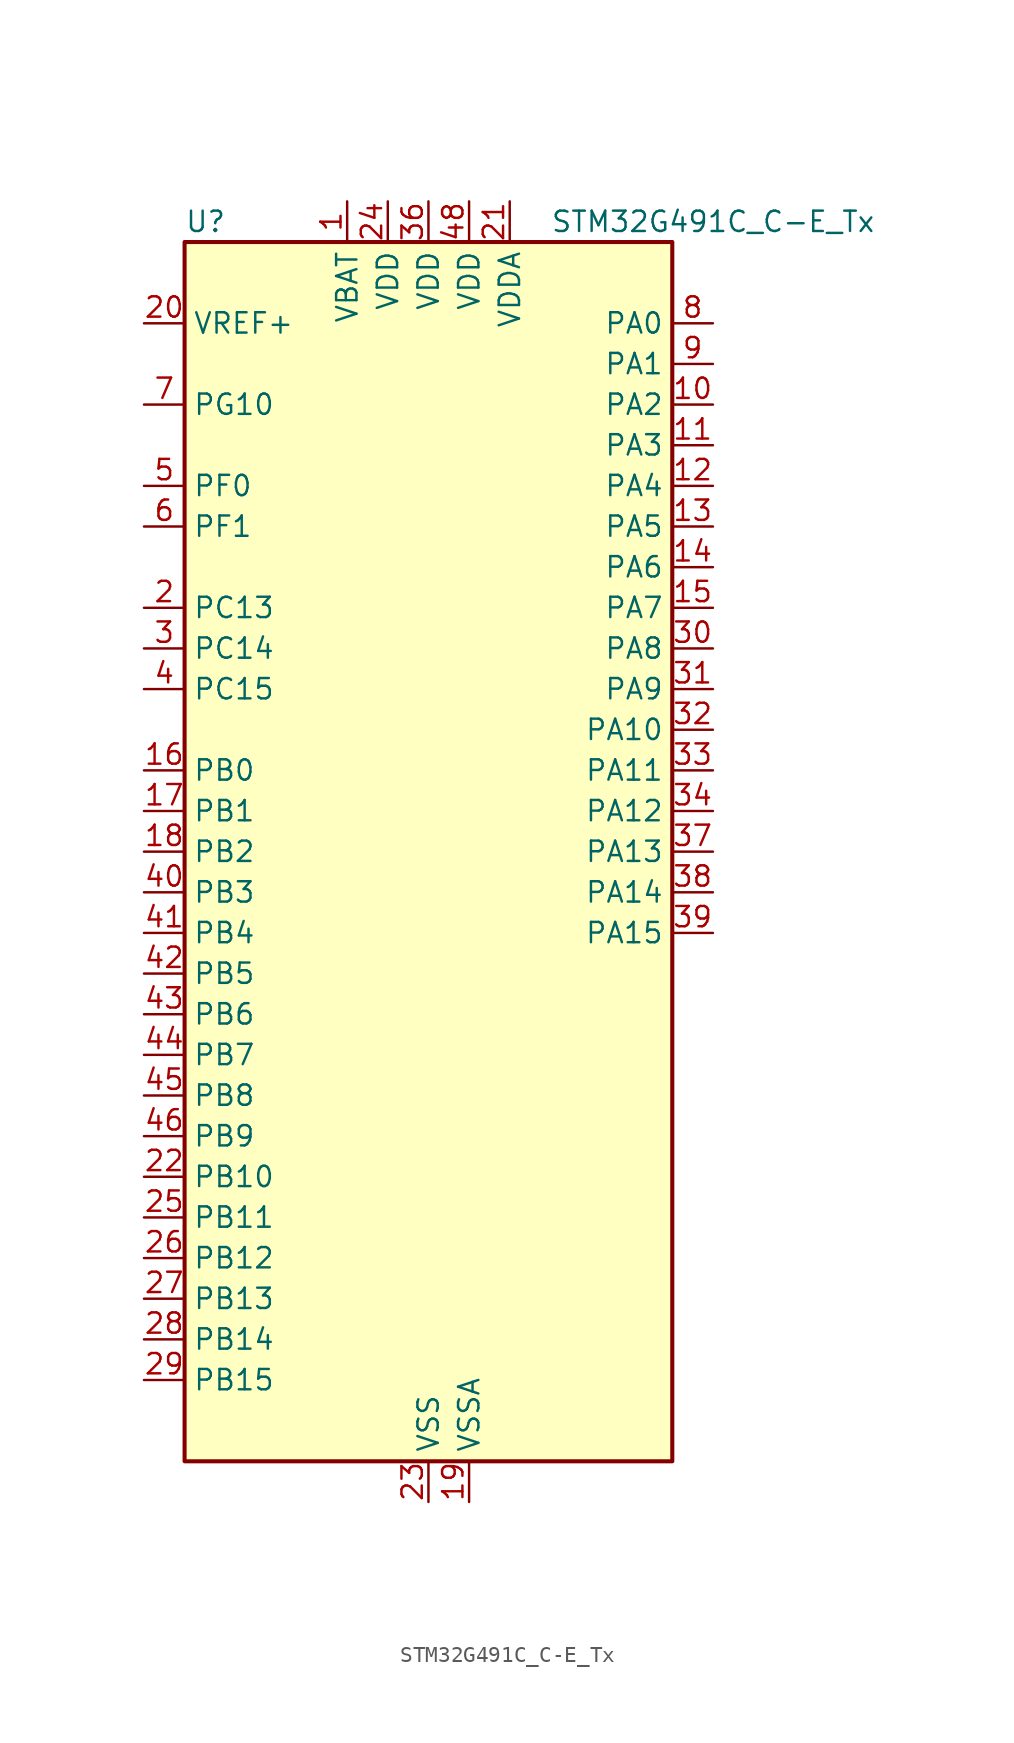
<source format=kicad_sym>
(kicad_symbol_lib
  (version 20241209)
  (generator "kicad_symbol_editor")
  (generator_version "9.0")
  (symbol "STM32G491C_C-E_Tx"
    (property "Reference" "U"
      (at -15.24 39.37 0)
      (effects (font (size 1.27 1.27)) (justify left)))
    (property "Value" "STM32G491C_C-E_Tx"
      (at 7.62 39.37 0)
      (effects (font (size 1.27 1.27)) (justify left)))
    (symbol "STM32G491C_C-E_Tx_0_1"
      (rectangle (start -15.24 -38.1) (end 15.24 38.1) (stroke (width 0.254) (type default)) (fill (type background))))
    (symbol "STM32G491C_C-E_Tx_1_1"
      (pin input line (at -17.78 33.02 0) (length 2.54) (name "VREF+" (effects (font (size 1.27 1.27)))) (number "20" (effects (font (size 1.27 1.27)))) (alternate "VREFBUF_OUT" bidirectional line))
      (pin bidirectional line (at -17.78 27.94 0) (length 2.54) (name "PG10" (effects (font (size 1.27 1.27)))) (number "7" (effects (font (size 1.27 1.27)))) (alternate "DAC1_EXTI10" bidirectional line) (alternate "DAC3_EXTI10" bidirectional line) (alternate "RCC_MCO" bidirectional line))
      (pin bidirectional line (at -17.78 22.86 0) (length 2.54) (name "PF0" (effects (font (size 1.27 1.27)))) (number "5" (effects (font (size 1.27 1.27)))) (alternate "ADC1_IN10" bidirectional line) (alternate "I2C2_SDA" bidirectional line) (alternate "I2S2_WS" bidirectional line) (alternate "RCC_OSC_IN" bidirectional line) (alternate "SPI2_NSS" bidirectional line) (alternate "TIM1_CH3N" bidirectional line))
      (pin bidirectional line (at -17.78 20.32 0) (length 2.54) (name "PF1" (effects (font (size 1.27 1.27)))) (number "6" (effects (font (size 1.27 1.27)))) (alternate "ADC2_IN10" bidirectional line) (alternate "COMP3_INM" bidirectional line) (alternate "I2S2_CK" bidirectional line) (alternate "RCC_OSC_OUT" bidirectional line) (alternate "SPI2_SCK" bidirectional line))
      (pin bidirectional line (at -17.78 15.24 0) (length 2.54) (name "PC13" (effects (font (size 1.27 1.27)))) (number "2" (effects (font (size 1.27 1.27)))) (alternate "RTC_OUT1" bidirectional line) (alternate "RTC_TAMP1" bidirectional line) (alternate "RTC_TS" bidirectional line) (alternate "SYS_WKUP2" bidirectional line) (alternate "TIM1_BKIN" bidirectional line) (alternate "TIM1_CH1N" bidirectional line) (alternate "TIM8_CH4N" bidirectional line))
      (pin bidirectional line (at -17.78 12.7 0) (length 2.54) (name "PC14" (effects (font (size 1.27 1.27)))) (number "3" (effects (font (size 1.27 1.27)))) (alternate "RCC_OSC32_IN" bidirectional line))
      (pin bidirectional line (at -17.78 10.16 0) (length 2.54) (name "PC15" (effects (font (size 1.27 1.27)))) (number "4" (effects (font (size 1.27 1.27)))) (alternate "ADC1_EXTI15" bidirectional line) (alternate "ADC2_EXTI15" bidirectional line) (alternate "RCC_OSC32_OUT" bidirectional line))
      (pin bidirectional line (at -17.78 5.08 0) (length 2.54) (name "PB0" (effects (font (size 1.27 1.27)))) (number "16" (effects (font (size 1.27 1.27)))) (alternate "ADC1_IN15" bidirectional line) (alternate "ADC3_IN12" bidirectional line) (alternate "COMP4_INP" bidirectional line) (alternate "OPAMP2_VINP" bidirectional line) (alternate "OPAMP2_VINP_SEC" bidirectional line) (alternate "OPAMP3_VINP" bidirectional line) (alternate "OPAMP3_VINP_SEC" bidirectional line) (alternate "QUADSPI1_BK1_IO1" bidirectional line) (alternate "TIM1_CH2N" bidirectional line) (alternate "TIM3_CH3" bidirectional line) (alternate "TIM8_CH2N" bidirectional line) (alternate "UCPD1_FRSTX1" bidirectional line) (alternate "UCPD1_FRSTX2" bidirectional line))
      (pin bidirectional line (at -17.78 2.54 0) (length 2.54) (name "PB1" (effects (font (size 1.27 1.27)))) (number "17" (effects (font (size 1.27 1.27)))) (alternate "ADC1_IN12" bidirectional line) (alternate "ADC3_IN1" bidirectional line) (alternate "COMP1_INP" bidirectional line) (alternate "COMP4_OUT" bidirectional line) (alternate "LPUART1_DE" bidirectional line) (alternate "LPUART1_RTS" bidirectional line) (alternate "OPAMP3_VOUT" bidirectional line) (alternate "OPAMP6_VINM" bidirectional line) (alternate "OPAMP6_VINM1" bidirectional line) (alternate "OPAMP6_VINM_SEC" bidirectional line) (alternate "QUADSPI1_BK1_IO0" bidirectional line) (alternate "TIM1_CH3N" bidirectional line) (alternate "TIM3_CH4" bidirectional line) (alternate "TIM8_CH3N" bidirectional line))
      (pin bidirectional line (at -17.78 0 0) (length 2.54) (name "PB2" (effects (font (size 1.27 1.27)))) (number "18" (effects (font (size 1.27 1.27)))) (alternate "ADC2_IN12" bidirectional line) (alternate "ADC3_EXTI2" bidirectional line) (alternate "COMP4_INM" bidirectional line) (alternate "I2C3_SMBA" bidirectional line) (alternate "LPTIM1_OUT" bidirectional line) (alternate "OPAMP3_VINM" bidirectional line) (alternate "OPAMP3_VINM0" bidirectional line) (alternate "OPAMP3_VINM_SEC" bidirectional line) (alternate "QUADSPI1_BK2_IO1" bidirectional line) (alternate "RTC_OUT2" bidirectional line) (alternate "TIM20_CH1" bidirectional line))
      (pin bidirectional line (at -17.78 -2.54 0) (length 2.54) (name "PB3" (effects (font (size 1.27 1.27)))) (number "40" (effects (font (size 1.27 1.27)))) (alternate "ADC3_EXTI3" bidirectional line) (alternate "CRS_SYNC" bidirectional line) (alternate "I2S3_CK" bidirectional line) (alternate "SAI1_SCK_B" bidirectional line) (alternate "SPI1_SCK" bidirectional line) (alternate "SPI3_SCK" bidirectional line) (alternate "SYS_JTDO-SWO" bidirectional line) (alternate "TIM2_CH2" bidirectional line) (alternate "TIM3_ETR" bidirectional line) (alternate "TIM4_ETR" bidirectional line) (alternate "TIM8_CH1N" bidirectional line) (alternate "USART2_TX" bidirectional line))
      (pin bidirectional line (at -17.78 -5.08 0) (length 2.54) (name "PB4" (effects (font (size 1.27 1.27)))) (number "41" (effects (font (size 1.27 1.27)))) (alternate "SAI1_MCLK_B" bidirectional line) (alternate "SPI1_MISO" bidirectional line) (alternate "SPI3_MISO" bidirectional line) (alternate "SYS_JTRST" bidirectional line) (alternate "TIM16_CH1" bidirectional line) (alternate "TIM17_BKIN" bidirectional line) (alternate "TIM3_CH1" bidirectional line) (alternate "TIM8_CH2N" bidirectional line) (alternate "UCPD1_CC2" bidirectional line) (alternate "USART2_RX" bidirectional line))
      (pin bidirectional line (at -17.78 -7.62 0) (length 2.54) (name "PB5" (effects (font (size 1.27 1.27)))) (number "42" (effects (font (size 1.27 1.27)))) (alternate "FDCAN2_RX" bidirectional line) (alternate "I2C1_SMBA" bidirectional line) (alternate "I2C3_SDA" bidirectional line) (alternate "I2S3_SD" bidirectional line) (alternate "LPTIM1_IN1" bidirectional line) (alternate "SAI1_SD_B" bidirectional line) (alternate "SPI1_MOSI" bidirectional line) (alternate "SPI3_MOSI" bidirectional line) (alternate "TIM16_BKIN" bidirectional line) (alternate "TIM17_CH1" bidirectional line) (alternate "TIM3_CH2" bidirectional line) (alternate "TIM8_CH3N" bidirectional line) (alternate "USART2_CK" bidirectional line))
      (pin bidirectional line (at -17.78 -10.16 0) (length 2.54) (name "PB6" (effects (font (size 1.27 1.27)))) (number "43" (effects (font (size 1.27 1.27)))) (alternate "COMP4_OUT" bidirectional line) (alternate "FDCAN2_TX" bidirectional line) (alternate "LPTIM1_ETR" bidirectional line) (alternate "SAI1_FS_B" bidirectional line) (alternate "TIM16_CH1N" bidirectional line) (alternate "TIM4_CH1" bidirectional line) (alternate "TIM8_BKIN2" bidirectional line) (alternate "TIM8_CH1" bidirectional line) (alternate "TIM8_ETR" bidirectional line) (alternate "UCPD1_CC1" bidirectional line) (alternate "USART1_TX" bidirectional line))
      (pin bidirectional line (at -17.78 -12.7 0) (length 2.54) (name "PB7" (effects (font (size 1.27 1.27)))) (number "44" (effects (font (size 1.27 1.27)))) (alternate "COMP3_OUT" bidirectional line) (alternate "I2C1_SDA" bidirectional line) (alternate "LPTIM1_IN2" bidirectional line) (alternate "SYS_PVD_IN" bidirectional line) (alternate "TIM17_CH1N" bidirectional line) (alternate "TIM3_CH4" bidirectional line) (alternate "TIM4_CH2" bidirectional line) (alternate "TIM8_BKIN" bidirectional line) (alternate "USART1_RX" bidirectional line))
      (pin bidirectional line (at -17.78 -15.24 0) (length 2.54) (name "PB8" (effects (font (size 1.27 1.27)))) (number "45" (effects (font (size 1.27 1.27)))) (alternate "COMP1_OUT" bidirectional line) (alternate "FDCAN1_RX" bidirectional line) (alternate "I2C1_SCL" bidirectional line) (alternate "SAI1_CK1" bidirectional line) (alternate "SAI1_MCLK_A" bidirectional line) (alternate "TIM16_CH1" bidirectional line) (alternate "TIM1_BKIN" bidirectional line) (alternate "TIM4_CH3" bidirectional line) (alternate "TIM8_CH2" bidirectional line) (alternate "USART3_RX" bidirectional line))
      (pin bidirectional line (at -17.78 -17.78 0) (length 2.54) (name "PB9" (effects (font (size 1.27 1.27)))) (number "46" (effects (font (size 1.27 1.27)))) (alternate "COMP2_OUT" bidirectional line) (alternate "DAC1_EXTI9" bidirectional line) (alternate "DAC3_EXTI9" bidirectional line) (alternate "FDCAN1_TX" bidirectional line) (alternate "I2C1_SDA" bidirectional line) (alternate "IR_OUT" bidirectional line) (alternate "SAI1_D2" bidirectional line) (alternate "SAI1_FS_A" bidirectional line) (alternate "TIM17_CH1" bidirectional line) (alternate "TIM1_CH3N" bidirectional line) (alternate "TIM4_CH4" bidirectional line) (alternate "TIM8_CH3" bidirectional line) (alternate "USART3_TX" bidirectional line))
      (pin bidirectional line (at -17.78 -20.32 0) (length 2.54) (name "PB10" (effects (font (size 1.27 1.27)))) (number "22" (effects (font (size 1.27 1.27)))) (alternate "DAC1_EXTI10" bidirectional line) (alternate "DAC3_EXTI10" bidirectional line) (alternate "LPUART1_RX" bidirectional line) (alternate "OPAMP3_VINM" bidirectional line) (alternate "OPAMP3_VINM1" bidirectional line) (alternate "OPAMP3_VINM_SEC" bidirectional line) (alternate "QUADSPI1_CLK" bidirectional line) (alternate "SAI1_SCK_A" bidirectional line) (alternate "TIM1_BKIN" bidirectional line) (alternate "TIM2_CH3" bidirectional line) (alternate "USART3_TX" bidirectional line))
      (pin bidirectional line (at -17.78 -22.86 0) (length 2.54) (name "PB11" (effects (font (size 1.27 1.27)))) (number "25" (effects (font (size 1.27 1.27)))) (alternate "ADC1_EXTI11" bidirectional line) (alternate "ADC1_IN14" bidirectional line) (alternate "ADC2_EXTI11" bidirectional line) (alternate "ADC2_IN14" bidirectional line) (alternate "LPUART1_TX" bidirectional line) (alternate "OPAMP6_VOUT" bidirectional line) (alternate "QUADSPI1_BK1_NCS" bidirectional line) (alternate "TIM2_CH4" bidirectional line) (alternate "USART3_RX" bidirectional line))
      (pin bidirectional line (at -17.78 -25.4 0) (length 2.54) (name "PB12" (effects (font (size 1.27 1.27)))) (number "26" (effects (font (size 1.27 1.27)))) (alternate "ADC1_IN11" bidirectional line) (alternate "FDCAN2_RX" bidirectional line) (alternate "I2C2_SMBA" bidirectional line) (alternate "I2S2_WS" bidirectional line) (alternate "LPUART1_DE" bidirectional line) (alternate "LPUART1_RTS" bidirectional line) (alternate "OPAMP6_VINP" bidirectional line) (alternate "OPAMP6_VINP_SEC" bidirectional line) (alternate "SPI2_NSS" bidirectional line) (alternate "TIM1_BKIN" bidirectional line) (alternate "USART3_CK" bidirectional line))
      (pin bidirectional line (at -17.78 -27.94 0) (length 2.54) (name "PB13" (effects (font (size 1.27 1.27)))) (number "27" (effects (font (size 1.27 1.27)))) (alternate "ADC3_IN5" bidirectional line) (alternate "FDCAN2_TX" bidirectional line) (alternate "I2S2_CK" bidirectional line) (alternate "LPUART1_CTS" bidirectional line) (alternate "OPAMP3_VINP" bidirectional line) (alternate "OPAMP3_VINP_SEC" bidirectional line) (alternate "OPAMP6_VINP" bidirectional line) (alternate "OPAMP6_VINP_SEC" bidirectional line) (alternate "SPI2_SCK" bidirectional line) (alternate "TIM1_CH1N" bidirectional line) (alternate "USART3_CTS" bidirectional line) (alternate "USART3_NSS" bidirectional line))
      (pin bidirectional line (at -17.78 -30.48 0) (length 2.54) (name "PB14" (effects (font (size 1.27 1.27)))) (number "28" (effects (font (size 1.27 1.27)))) (alternate "ADC1_IN5" bidirectional line) (alternate "COMP4_OUT" bidirectional line) (alternate "OPAMP2_VINP" bidirectional line) (alternate "OPAMP2_VINP_SEC" bidirectional line) (alternate "SPI2_MISO" bidirectional line) (alternate "TIM15_CH1" bidirectional line) (alternate "TIM1_CH2N" bidirectional line) (alternate "USART3_DE" bidirectional line) (alternate "USART3_RTS" bidirectional line))
      (pin bidirectional line (at -17.78 -33.02 0) (length 2.54) (name "PB15" (effects (font (size 1.27 1.27)))) (number "29" (effects (font (size 1.27 1.27)))) (alternate "ADC1_EXTI15" bidirectional line) (alternate "ADC2_EXTI15" bidirectional line) (alternate "ADC2_IN15" bidirectional line) (alternate "COMP3_OUT" bidirectional line) (alternate "I2S2_SD" bidirectional line) (alternate "RTC_REFIN" bidirectional line) (alternate "SPI2_MOSI" bidirectional line) (alternate "TIM15_CH1N" bidirectional line) (alternate "TIM15_CH2" bidirectional line) (alternate "TIM1_CH3N" bidirectional line))
      (pin power_in line (at -5.08 40.64 270) (length 2.54) (name "VBAT" (effects (font (size 1.27 1.27)))) (number "1" (effects (font (size 1.27 1.27)))))
      (pin power_in line (at -2.54 40.64 270) (length 2.54) (name "VDD" (effects (font (size 1.27 1.27)))) (number "24" (effects (font (size 1.27 1.27)))))
      (pin power_in line (at 0 40.64 270) (length 2.54) (name "VDD" (effects (font (size 1.27 1.27)))) (number "36" (effects (font (size 1.27 1.27)))))
      (pin power_in line (at 0 -40.64 90) (length 2.54) (name "VSS" (effects (font (size 1.27 1.27)))) (number "23" (effects (font (size 1.27 1.27)))))
      (pin passive line (at 0 -40.64 90) (length 2.54) (hide yes) (name "VSS" (effects (font (size 1.27 1.27)))) (number "35" (effects (font (size 1.27 1.27)))))
      (pin passive line (at 0 -40.64 90) (length 2.54) (hide yes) (name "VSS" (effects (font (size 1.27 1.27)))) (number "47" (effects (font (size 1.27 1.27)))))
      (pin power_in line (at 2.54 40.64 270) (length 2.54) (name "VDD" (effects (font (size 1.27 1.27)))) (number "48" (effects (font (size 1.27 1.27)))))
      (pin power_in line (at 2.54 -40.64 90) (length 2.54) (name "VSSA" (effects (font (size 1.27 1.27)))) (number "19" (effects (font (size 1.27 1.27)))))
      (pin power_in line (at 5.08 40.64 270) (length 2.54) (name "VDDA" (effects (font (size 1.27 1.27)))) (number "21" (effects (font (size 1.27 1.27)))))
      (pin bidirectional line (at 17.78 33.02 180) (length 2.54) (name "PA0" (effects (font (size 1.27 1.27)))) (number "8" (effects (font (size 1.27 1.27)))) (alternate "ADC1_IN1" bidirectional line) (alternate "ADC2_IN1" bidirectional line) (alternate "COMP1_INM" bidirectional line) (alternate "COMP1_OUT" bidirectional line) (alternate "COMP3_INP" bidirectional line) (alternate "RTC_TAMP2" bidirectional line) (alternate "SYS_WKUP1" bidirectional line) (alternate "TIM2_CH1" bidirectional line) (alternate "TIM2_ETR" bidirectional line) (alternate "TIM8_BKIN" bidirectional line) (alternate "TIM8_ETR" bidirectional line) (alternate "USART2_CTS" bidirectional line) (alternate "USART2_NSS" bidirectional line))
      (pin bidirectional line (at 17.78 30.48 180) (length 2.54) (name "PA1" (effects (font (size 1.27 1.27)))) (number "9" (effects (font (size 1.27 1.27)))) (alternate "ADC1_IN2" bidirectional line) (alternate "ADC2_IN2" bidirectional line) (alternate "COMP1_INP" bidirectional line) (alternate "OPAMP1_VINP" bidirectional line) (alternate "OPAMP1_VINP_SEC" bidirectional line) (alternate "OPAMP3_VINP" bidirectional line) (alternate "OPAMP3_VINP_SEC" bidirectional line) (alternate "OPAMP6_VINM" bidirectional line) (alternate "OPAMP6_VINM0" bidirectional line) (alternate "OPAMP6_VINM_SEC" bidirectional line) (alternate "RTC_REFIN" bidirectional line) (alternate "TIM15_CH1N" bidirectional line) (alternate "TIM2_CH2" bidirectional line) (alternate "USART2_DE" bidirectional line) (alternate "USART2_RTS" bidirectional line))
      (pin bidirectional line (at 17.78 27.94 180) (length 2.54) (name "PA2" (effects (font (size 1.27 1.27)))) (number "10" (effects (font (size 1.27 1.27)))) (alternate "ADC1_IN3" bidirectional line) (alternate "ADC3_EXTI2" bidirectional line) (alternate "COMP2_INM" bidirectional line) (alternate "COMP2_OUT" bidirectional line) (alternate "LPUART1_TX" bidirectional line) (alternate "OPAMP1_VOUT" bidirectional line) (alternate "QUADSPI1_BK1_NCS" bidirectional line) (alternate "RCC_LSCO" bidirectional line) (alternate "SYS_WKUP4" bidirectional line) (alternate "TIM15_CH1" bidirectional line) (alternate "TIM2_CH3" bidirectional line) (alternate "UCPD1_FRSTX1" bidirectional line) (alternate "UCPD1_FRSTX2" bidirectional line) (alternate "USART2_TX" bidirectional line))
      (pin bidirectional line (at 17.78 25.4 180) (length 2.54) (name "PA3" (effects (font (size 1.27 1.27)))) (number "11" (effects (font (size 1.27 1.27)))) (alternate "ADC1_IN4" bidirectional line) (alternate "ADC3_EXTI3" bidirectional line) (alternate "COMP2_INP" bidirectional line) (alternate "LPUART1_RX" bidirectional line) (alternate "OPAMP1_VINM" bidirectional line) (alternate "OPAMP1_VINM0" bidirectional line) (alternate "OPAMP1_VINM_SEC" bidirectional line) (alternate "OPAMP1_VINP" bidirectional line) (alternate "OPAMP1_VINP_SEC" bidirectional line) (alternate "QUADSPI1_CLK" bidirectional line) (alternate "SAI1_CK1" bidirectional line) (alternate "SAI1_MCLK_A" bidirectional line) (alternate "TIM15_CH2" bidirectional line) (alternate "TIM2_CH4" bidirectional line) (alternate "USART2_RX" bidirectional line))
      (pin bidirectional line (at 17.78 22.86 180) (length 2.54) (name "PA4" (effects (font (size 1.27 1.27)))) (number "12" (effects (font (size 1.27 1.27)))) (alternate "ADC2_IN17" bidirectional line) (alternate "COMP1_INM" bidirectional line) (alternate "DAC1_OUT1" bidirectional line) (alternate "I2S3_WS" bidirectional line) (alternate "SAI1_FS_B" bidirectional line) (alternate "SPI1_NSS" bidirectional line) (alternate "SPI3_NSS" bidirectional line) (alternate "TIM3_CH2" bidirectional line) (alternate "USART2_CK" bidirectional line))
      (pin bidirectional line (at 17.78 20.32 180) (length 2.54) (name "PA5" (effects (font (size 1.27 1.27)))) (number "13" (effects (font (size 1.27 1.27)))) (alternate "ADC2_IN13" bidirectional line) (alternate "COMP2_INM" bidirectional line) (alternate "DAC1_OUT2" bidirectional line) (alternate "OPAMP2_VINM" bidirectional line) (alternate "OPAMP2_VINM0" bidirectional line) (alternate "OPAMP2_VINM_SEC" bidirectional line) (alternate "SPI1_SCK" bidirectional line) (alternate "TIM2_CH1" bidirectional line) (alternate "TIM2_ETR" bidirectional line) (alternate "UCPD1_FRSTX1" bidirectional line) (alternate "UCPD1_FRSTX2" bidirectional line))
      (pin bidirectional line (at 17.78 17.78 180) (length 2.54) (name "PA6" (effects (font (size 1.27 1.27)))) (number "14" (effects (font (size 1.27 1.27)))) (alternate "ADC2_IN3" bidirectional line) (alternate "COMP1_OUT" bidirectional line) (alternate "LPUART1_CTS" bidirectional line) (alternate "OPAMP2_VOUT" bidirectional line) (alternate "QUADSPI1_BK1_IO3" bidirectional line) (alternate "SPI1_MISO" bidirectional line) (alternate "TIM16_CH1" bidirectional line) (alternate "TIM1_BKIN" bidirectional line) (alternate "TIM3_CH1" bidirectional line) (alternate "TIM8_BKIN" bidirectional line))
      (pin bidirectional line (at 17.78 15.24 180) (length 2.54) (name "PA7" (effects (font (size 1.27 1.27)))) (number "15" (effects (font (size 1.27 1.27)))) (alternate "ADC2_IN4" bidirectional line) (alternate "COMP2_INP" bidirectional line) (alternate "COMP2_OUT" bidirectional line) (alternate "OPAMP1_VINP" bidirectional line) (alternate "OPAMP1_VINP_SEC" bidirectional line) (alternate "OPAMP2_VINP" bidirectional line) (alternate "OPAMP2_VINP_SEC" bidirectional line) (alternate "QUADSPI1_BK1_IO2" bidirectional line) (alternate "SPI1_MOSI" bidirectional line) (alternate "TIM17_CH1" bidirectional line) (alternate "TIM1_CH1N" bidirectional line) (alternate "TIM3_CH2" bidirectional line) (alternate "TIM8_CH1N" bidirectional line) (alternate "UCPD1_FRSTX1" bidirectional line) (alternate "UCPD1_FRSTX2" bidirectional line))
      (pin bidirectional line (at 17.78 12.7 180) (length 2.54) (name "PA8" (effects (font (size 1.27 1.27)))) (number "30" (effects (font (size 1.27 1.27)))) (alternate "I2C2_SDA" bidirectional line) (alternate "I2C3_SCL" bidirectional line) (alternate "I2S2_MCK" bidirectional line) (alternate "RCC_MCO" bidirectional line) (alternate "SAI1_CK2" bidirectional line) (alternate "SAI1_SCK_A" bidirectional line) (alternate "TIM1_CH1" bidirectional line) (alternate "TIM4_ETR" bidirectional line) (alternate "USART1_CK" bidirectional line))
      (pin bidirectional line (at 17.78 10.16 180) (length 2.54) (name "PA9" (effects (font (size 1.27 1.27)))) (number "31" (effects (font (size 1.27 1.27)))) (alternate "DAC1_EXTI9" bidirectional line) (alternate "DAC3_EXTI9" bidirectional line) (alternate "I2C2_SCL" bidirectional line) (alternate "I2C3_SMBA" bidirectional line) (alternate "I2S3_MCK" bidirectional line) (alternate "SAI1_FS_A" bidirectional line) (alternate "TIM15_BKIN" bidirectional line) (alternate "TIM1_CH2" bidirectional line) (alternate "TIM2_CH3" bidirectional line) (alternate "UCPD1_DBCC1" bidirectional line) (alternate "USART1_TX" bidirectional line))
      (pin bidirectional line (at 17.78 7.62 180) (length 2.54) (name "PA10" (effects (font (size 1.27 1.27)))) (number "32" (effects (font (size 1.27 1.27)))) (alternate "CRS_SYNC" bidirectional line) (alternate "DAC1_EXTI10" bidirectional line) (alternate "DAC3_EXTI10" bidirectional line) (alternate "I2C2_SMBA" bidirectional line) (alternate "SAI1_D1" bidirectional line) (alternate "SAI1_SD_A" bidirectional line) (alternate "SPI2_MISO" bidirectional line) (alternate "TIM17_BKIN" bidirectional line) (alternate "TIM1_CH3" bidirectional line) (alternate "TIM2_CH4" bidirectional line) (alternate "TIM8_BKIN" bidirectional line) (alternate "UCPD1_DBCC2" bidirectional line) (alternate "USART1_RX" bidirectional line))
      (pin bidirectional line (at 17.78 5.08 180) (length 2.54) (name "PA11" (effects (font (size 1.27 1.27)))) (number "33" (effects (font (size 1.27 1.27)))) (alternate "ADC1_EXTI11" bidirectional line) (alternate "ADC2_EXTI11" bidirectional line) (alternate "COMP1_OUT" bidirectional line) (alternate "FDCAN1_RX" bidirectional line) (alternate "I2S2_SD" bidirectional line) (alternate "SPI2_MOSI" bidirectional line) (alternate "TIM1_BKIN2" bidirectional line) (alternate "TIM1_CH1N" bidirectional line) (alternate "TIM1_CH4" bidirectional line) (alternate "TIM4_CH1" bidirectional line) (alternate "USART1_CTS" bidirectional line) (alternate "USART1_NSS" bidirectional line) (alternate "USB_DM" bidirectional line))
      (pin bidirectional line (at 17.78 2.54 180) (length 2.54) (name "PA12" (effects (font (size 1.27 1.27)))) (number "34" (effects (font (size 1.27 1.27)))) (alternate "COMP2_OUT" bidirectional line) (alternate "FDCAN1_TX" bidirectional line) (alternate "I2S_CKIN" bidirectional line) (alternate "TIM16_CH1" bidirectional line) (alternate "TIM1_CH2N" bidirectional line) (alternate "TIM1_ETR" bidirectional line) (alternate "TIM4_CH2" bidirectional line) (alternate "USART1_DE" bidirectional line) (alternate "USART1_RTS" bidirectional line) (alternate "USB_DP" bidirectional line))
      (pin bidirectional line (at 17.78 0 180) (length 2.54) (name "PA13" (effects (font (size 1.27 1.27)))) (number "37" (effects (font (size 1.27 1.27)))) (alternate "I2C1_SCL" bidirectional line) (alternate "IR_OUT" bidirectional line) (alternate "SAI1_SD_B" bidirectional line) (alternate "SYS_JTMS-SWDIO" bidirectional line) (alternate "TIM16_CH1N" bidirectional line) (alternate "TIM4_CH3" bidirectional line) (alternate "USART3_CTS" bidirectional line) (alternate "USART3_NSS" bidirectional line))
      (pin bidirectional line (at 17.78 -2.54 180) (length 2.54) (name "PA14" (effects (font (size 1.27 1.27)))) (number "38" (effects (font (size 1.27 1.27)))) (alternate "I2C1_SDA" bidirectional line) (alternate "LPTIM1_OUT" bidirectional line) (alternate "SAI1_FS_B" bidirectional line) (alternate "SYS_JTCK-SWCLK" bidirectional line) (alternate "TIM1_BKIN" bidirectional line) (alternate "TIM8_CH2" bidirectional line) (alternate "USART2_TX" bidirectional line))
      (pin bidirectional line (at 17.78 -5.08 180) (length 2.54) (name "PA15" (effects (font (size 1.27 1.27)))) (number "39" (effects (font (size 1.27 1.27)))) (alternate "ADC1_EXTI15" bidirectional line) (alternate "ADC2_EXTI15" bidirectional line) (alternate "I2C1_SCL" bidirectional line) (alternate "I2S3_WS" bidirectional line) (alternate "SPI1_NSS" bidirectional line) (alternate "SPI3_NSS" bidirectional line) (alternate "SYS_JTDI" bidirectional line) (alternate "TIM1_BKIN" bidirectional line) (alternate "TIM20_ETR" bidirectional line) (alternate "TIM2_CH1" bidirectional line) (alternate "TIM2_ETR" bidirectional line) (alternate "TIM8_CH1" bidirectional line) (alternate "USART2_RX" bidirectional line)))))
</source>
